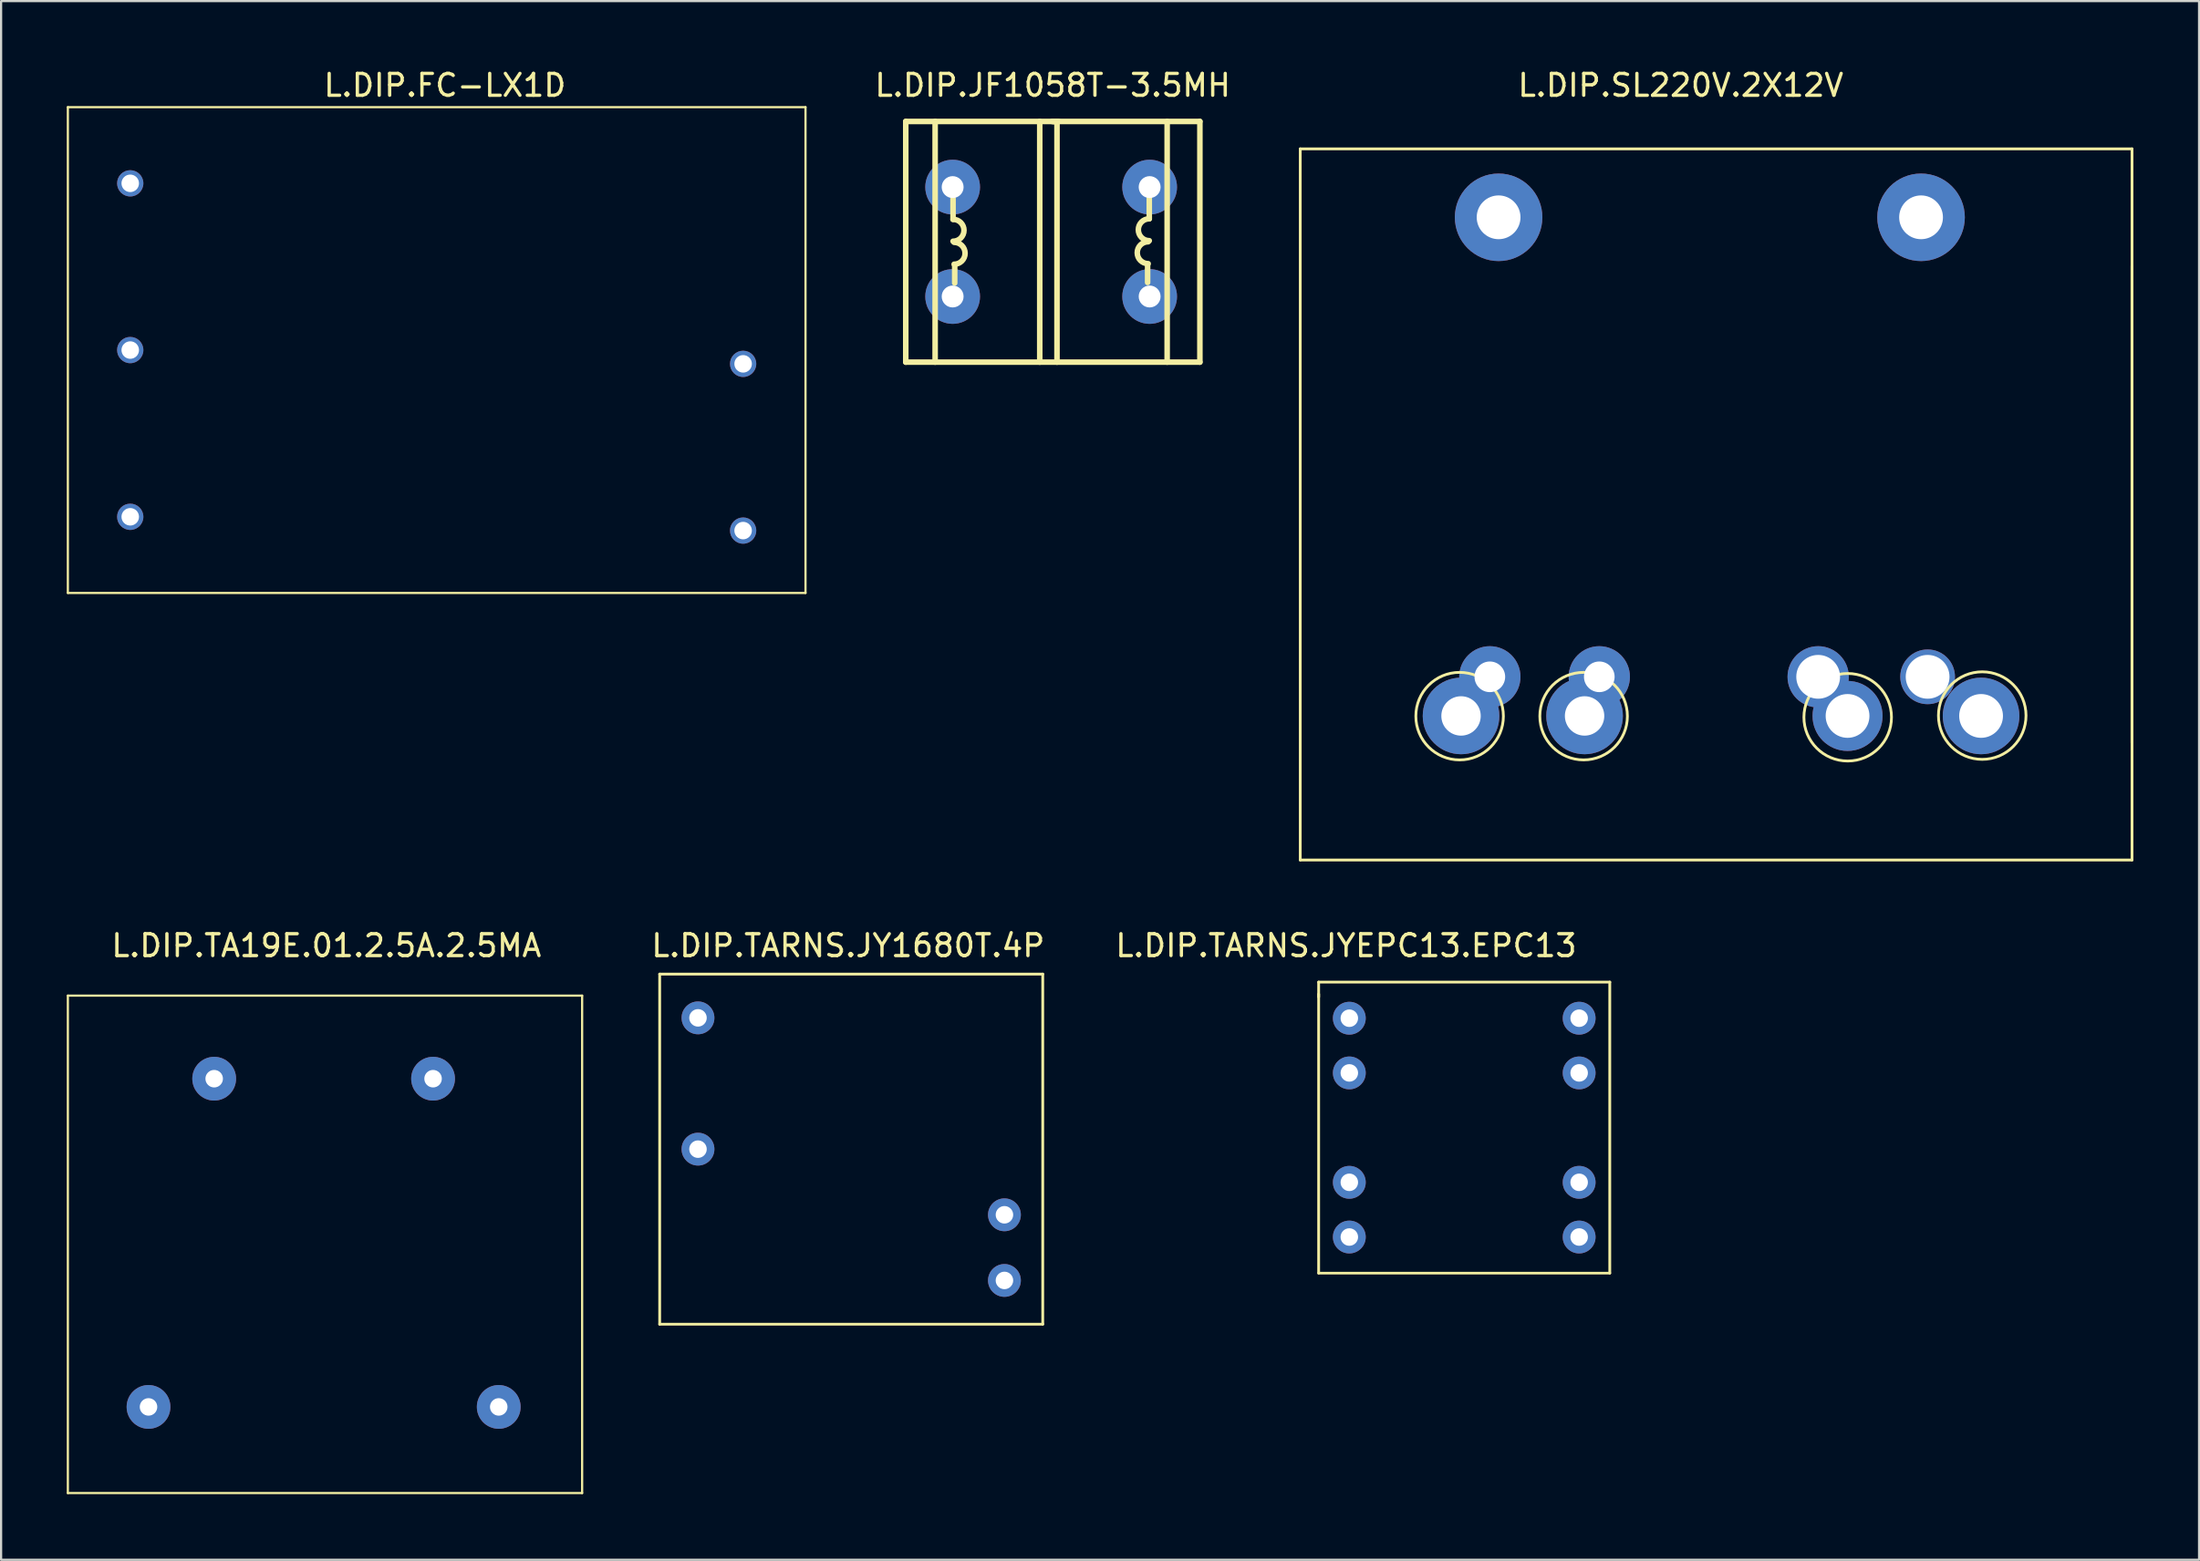
<source format=kicad_pcb>
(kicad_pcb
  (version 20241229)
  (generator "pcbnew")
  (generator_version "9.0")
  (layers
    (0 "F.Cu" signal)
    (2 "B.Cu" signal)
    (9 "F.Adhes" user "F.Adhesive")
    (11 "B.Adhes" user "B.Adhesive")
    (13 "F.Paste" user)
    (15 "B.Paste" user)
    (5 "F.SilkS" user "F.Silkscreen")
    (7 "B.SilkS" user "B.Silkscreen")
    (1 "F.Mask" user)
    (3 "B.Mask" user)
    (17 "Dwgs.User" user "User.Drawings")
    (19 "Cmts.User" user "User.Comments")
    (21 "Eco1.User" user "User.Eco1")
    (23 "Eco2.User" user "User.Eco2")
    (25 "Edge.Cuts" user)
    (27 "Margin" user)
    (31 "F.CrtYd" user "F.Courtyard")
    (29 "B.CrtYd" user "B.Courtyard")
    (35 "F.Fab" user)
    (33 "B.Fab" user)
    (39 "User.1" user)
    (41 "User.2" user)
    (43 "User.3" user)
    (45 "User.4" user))
  (footprint "L.DIP.TA19E.01.2.5A.2.5MA"
    (layer "F.Cu")
    (at 12.115 56.929)
    (property "Reference" "L.DIP.TA19E.01.2.5A.2.5MA" (at -0.254 -16.764 0) (layer "F.SilkS") (effects (font (size 1 1) (thickness 0.15))))
    (attr through_hole)
    (fp_line (start -12.065 -14.478) (end 11.43 -14.478) (stroke (width 0.1) (type solid)) (layer "F.SilkS"))
    (fp_line (start -12.065 8.255) (end -12.065 -14.478) (stroke (width 0.1) (type solid)) (layer "F.SilkS"))
    (fp_line (start -12.065 8.255) (end 11.43 8.255) (stroke (width 0.1) (type solid)) (layer "F.SilkS"))
    (fp_line (start 11.43 8.255) (end 11.43 -14.478) (stroke (width 0.1) (type solid)) (layer "F.SilkS"))
    (pad "2" thru_hole circle (at 4.62 -10.682 180) (size 2 2) (drill 0.8) (layers "*.Cu" "*.Mask"))
    (pad "4" thru_hole circle (at -5.38 -10.682 180) (size 2 2) (drill 0.8) (layers "*.Cu" "*.Mask"))
    (pad "6" thru_hole circle (at -8.38 4.318 180) (size 2 2) (drill 0.8) (layers "*.Cu" "*.Mask"))
    (pad "10" thru_hole circle (at 7.62 4.318 180) (size 2 2) (drill 0.8) (layers "*.Cu" "*.Mask")))
  (footprint "L.DIP.FC-LX1D"
    (layer "F.Cu")
    (at 16.9 12.948)
    (property "Reference" "L.DIP.FC-LX1D" (at 0.375 -12.1 0) (layer "F.SilkS") (effects (font (size 1 1) (thickness 0.15))))
    (attr through_hole)
    (fp_line (start -16.85 -11.1) (end 16.85 -11.1) (stroke (width 0.1) (type solid)) (layer "F.SilkS"))
    (fp_line (start -16.85 11.1) (end -16.85 -11.1) (stroke (width 0.1) (type solid)) (layer "F.SilkS"))
    (fp_line (start -16.85 11.1) (end 16.85 11.1) (stroke (width 0.1) (type solid)) (layer "F.SilkS"))
    (fp_line (start 16.85 11.1) (end 16.85 -11.1) (stroke (width 0.1) (type solid)) (layer "F.SilkS"))
    (pad "1" thru_hole circle (at -14 -7.62) (size 1.2 1.2) (drill 0.8) (layers "*.Cu" "*.Mask"))
    (pad "2" thru_hole circle (at -14 0) (size 1.2 1.2) (drill 0.8) (layers "*.Cu" "*.Mask"))
    (pad "3" thru_hole circle (at -14 7.62) (size 1.2 1.2) (drill 0.8) (layers "*.Cu" "*.Mask"))
    (pad "4" thru_hole circle (at 14 8.25) (size 1.2 1.2) (drill 0.8) (layers "*.Cu" "*.Mask"))
    (pad "5" thru_hole circle (at 14 0.63) (size 1.2 1.2) (drill 0.8) (layers "*.Cu" "*.Mask")))
  (footprint "L.DIP.SL220V.2X12V"
    (layer "F.Cu")
    (at 72.208 33.36)
    (property "Reference" "L.DIP.SL220V.2X12V" (at 1.524 -32.512 0) (layer "F.SilkS") (effects (font (size 1 1) (thickness 0.15))))
    (attr through_hole)
    (fp_line (start -15.856 -29.607) (end 22.144 -29.607) (stroke (width 0.127) (type solid)) (layer "F.SilkS"))
    (fp_line (start -15.856 2.893) (end -15.856 -29.607) (stroke (width 0.127) (type solid)) (layer "F.SilkS"))
    (fp_line (start -15.856 2.893) (end 22.144 2.893) (stroke (width 0.127) (type solid)) (layer "F.SilkS"))
    (fp_line (start 22.144 -2.457) (end 22.144 -24.257) (stroke (width 0.127) (type solid)) (layer "F.SilkS"))
    (fp_line (start 22.144 2.893) (end 22.144 -29.607) (stroke (width 0.127) (type solid)) (layer "F.SilkS"))
    (fp_circle (center -8.575 -3.682) (end -6.575 -3.682) (stroke (width 0.127) (type solid)) (fill no) (layer "F.SilkS"))
    (fp_circle (center -2.91 -3.682) (end -0.91 -3.682) (stroke (width 0.127) (type solid)) (fill no) (layer "F.SilkS"))
    (fp_circle (center 9.155 -3.631) (end 11.155 -3.631) (stroke (width 0.127) (type solid)) (fill no) (layer "F.SilkS"))
    (fp_circle (center 15.301 -3.707) (end 17.301 -3.707) (stroke (width 0.127) (type solid)) (fill no) (layer "F.SilkS"))
    (pad "1" thru_hole circle (at -6.794 -26.479 180) (size 4 4) (drill 2) (layers "*.Cu" "*.Mask"))
    (pad "2" thru_hole circle (at 12.506 -26.479 180) (size 4 4) (drill 2) (layers "*.Cu" "*.Mask"))
    (pad "3" thru_hole circle (at -8.51 -3.691 270) (size 3.5 3.5) (drill 1.8) (layers "*.Cu" "*.Mask"))
    (pad "3_1" thru_hole circle (at -7.194 -5.479 180) (size 2.8 2.8) (drill 1.4) (layers "*.Cu" "*.Mask"))
    (pad "4" thru_hole circle (at -2.866 -3.691 270) (size 3.5 3.5) (drill 1.8) (layers "*.Cu" "*.Mask"))
    (pad "4_1" thru_hole circle (at -2.194 -5.479 180) (size 2.8 2.8) (drill 1.4) (layers "*.Cu" "*.Mask"))
    (pad "5" thru_hole circle (at 7.806 -5.479 180) (size 2.8 2.8) (drill 2) (layers "*.Cu" "*.Mask"))
    (pad "5_1" thru_hole circle (at 9.148 -3.691 270) (size 3.2 3.2) (drill 2) (layers "*.Cu" "*.Mask"))
    (pad "6" thru_hole circle (at 15.248 -3.691 270) (size 3.5 3.5) (drill 2) (layers "*.Cu" "*.Mask"))
    (pad "6_1" thru_hole circle (at 12.806 -5.479 180) (size 2.5 2.5) (drill 2) (layers "*.Cu" "*.Mask")))
  (footprint "L.DIP.TARNS.JYEPC13.EPC13"
    (layer "F.Cu")
    (at 63.78 48.864)
    (property "Reference" "L.DIP.TARNS.JYEPC13.EPC13" (at -5.334 -8.7 0) (layer "F.SilkS") (effects (font (size 1 1) (thickness 0.15))))
    (attr through_hole)
    (fp_line (start -6.587 -7.031) (end 6.713 -7.031) (stroke (width 0.127) (type solid)) (layer "F.SilkS"))
    (fp_line (start -6.587 -6.356) (end -6.587 -6.481) (stroke (width 0.127) (type solid)) (layer "F.SilkS"))
    (fp_line (start -6.587 6.269) (end -6.587 -7.031) (stroke (width 0.127) (type solid)) (layer "F.SilkS"))
    (fp_line (start 6.713 6.269) (end -6.587 6.269) (stroke (width 0.12) (type solid)) (layer "F.SilkS"))
    (fp_line (start 6.713 6.269) (end 6.713 -7.031) (stroke (width 0.127) (type solid)) (layer "F.SilkS"))
    (pad "1" thru_hole circle (at -5.186 -5.381) (size 1.5 1.5) (drill 0.8) (layers "*.Cu" "*.Mask"))
    (pad "2" thru_hole circle (at -5.186 -2.881) (size 1.5 1.5) (drill 0.8) (layers "*.Cu" "*.Mask"))
    (pad "4" thru_hole circle (at -5.186 2.119) (size 1.5 1.5) (drill 0.8) (layers "*.Cu" "*.Mask"))
    (pad "5" thru_hole circle (at -5.186 4.619) (size 1.5 1.5) (drill 0.8) (layers "*.Cu" "*.Mask"))
    (pad "6" thru_hole circle (at 5.314 4.619) (size 1.5 1.5) (drill 0.8) (layers "*.Cu" "*.Mask"))
    (pad "7" thru_hole circle (at 5.314 2.119) (size 1.5 1.5) (drill 0.8) (layers "*.Cu" "*.Mask"))
    (pad "9" thru_hole circle (at 5.314 -2.881) (size 1.5 1.5) (drill 0.8) (layers "*.Cu" "*.Mask"))
    (pad "10" thru_hole circle (at 5.314 -5.381) (size 1.5 1.5) (drill 0.8) (layers "*.Cu" "*.Mask")))
  (footprint "L.DIP.TARNS.JY1680T.4P"
    (layer "F.Cu")
    (at 35.696 52.865)
    (property "Reference" "L.DIP.TARNS.JY1680T.4P" (at 0 -12.7 0) (layer "F.SilkS") (effects (font (size 1 1) (thickness 0.15))))
    (attr through_hole)
    (fp_line (start -8.608 -11.398) (end 8.892 -11.398) (stroke (width 0.127) (type solid)) (layer "F.SilkS"))
    (fp_line (start -8.608 4.602) (end -8.608 -11.398) (stroke (width 0.127) (type solid)) (layer "F.SilkS"))
    (fp_line (start -8.608 4.602) (end 8.892 4.602) (stroke (width 0.127) (type solid)) (layer "F.SilkS"))
    (fp_line (start 8.892 4.602) (end 8.892 -11.398) (stroke (width 0.127) (type solid)) (layer "F.SilkS"))
    (pad "1" thru_hole circle (at -6.858 -9.398) (size 1.5 1.5) (drill 0.8) (layers "*.Cu" "*.Mask"))
    (pad "3" thru_hole circle (at -6.858 -3.398) (size 1.5 1.5) (drill 0.8) (layers "*.Cu" "*.Mask"))
    (pad "6" thru_hole circle (at 7.142 2.602) (size 1.5 1.5) (drill 0.8) (layers "*.Cu" "*.Mask"))
    (pad "7" thru_hole circle (at 7.142 -0.398) (size 1.5 1.5) (drill 0.8) (layers "*.Cu" "*.Mask")))
  (footprint "L.DIP.JF1058T-3.5MH"
    (layer "F.Cu")
    (at 44.536 9.738)
    (property "Reference" "L.DIP.JF1058T-3.5MH" (at 0.508 -8.89 0) (layer "F.SilkS") (effects (font (size 1 1) (thickness 0.15))))
    (attr through_hole)
    (fp_line (start -6.206 -7.238) (end 7.231 -7.238) (stroke (width 0.254) (type solid)) (layer "F.SilkS"))
    (fp_line (start -6.206 3.762) (end -6.206 -7.238) (stroke (width 0.254) (type solid)) (layer "F.SilkS"))
    (fp_line (start -6.206 3.762) (end 7.231 3.762) (stroke (width 0.254) (type solid)) (layer "F.SilkS"))
    (fp_line (start -4.864 3.762) (end -4.864 -7.238) (stroke (width 0.254) (type solid)) (layer "F.SilkS"))
    (fp_line (start -4.046 -2.763) (end -4.046 -3.713) (stroke (width 0.254) (type solid)) (layer "F.SilkS"))
    (fp_line (start -3.97 0.147) (end -3.97 -0.653) (stroke (width 0.254) (type solid)) (layer "F.SilkS"))
    (fp_line (start -0.085 3.762) (end -0.085 -7.238) (stroke (width 0.254) (type solid)) (layer "F.SilkS"))
    (fp_line (start 0.474 -7.238) (end 0.779 -7.238) (stroke (width 0.254) (type solid)) (layer "F.SilkS"))
    (fp_line (start 0.525 -7.238) (end 0.703 -7.238) (stroke (width 0.254) (type solid)) (layer "F.SilkS"))
    (fp_line (start 0.703 3.762) (end 0.703 -7.238) (stroke (width 0.254) (type solid)) (layer "F.SilkS"))
    (fp_line (start 4.843 0.121) (end 4.843 -0.679) (stroke (width 0.254) (type solid)) (layer "F.SilkS"))
    (fp_line (start 4.919 -2.789) (end 4.919 -3.739) (stroke (width 0.254) (type solid)) (layer "F.SilkS"))
    (fp_line (start 5.736 3.762) (end 5.736 -7.238) (stroke (width 0.254) (type solid)) (layer "F.SilkS"))
    (fp_line (start 7.231 3.762) (end 7.231 -7.238) (stroke (width 0.254) (type solid)) (layer "F.SilkS"))
    (fp_arc (start -4.04584 -2.76342) (mid -3.54584 -2.26342) (end -4.04584 -1.76342) (stroke (width 0.254) (type solid)) (layer "F.SilkS"))
    (fp_arc (start -3.99583 -1.71343) (mid -3.49583 -1.21343) (end -3.99583 -0.71343) (stroke (width 0.254) (type solid)) (layer "F.SilkS"))
    (fp_arc (start 4.86882 -0.73883) (mid 4.36882 -1.23883) (end 4.86882 -1.73883) (stroke (width 0.254) (type solid)) (layer "F.SilkS"))
    (fp_arc (start 4.91884 -1.78882) (mid 4.41884 -2.28882) (end 4.91884 -2.78882) (stroke (width 0.254) (type solid)) (layer "F.SilkS"))
    (pad "1" thru_hole circle (at -4.064 -4.238 270) (size 2.5 2.5) (drill 1) (layers "*.Cu" "*.Mask"))
    (pad "2" thru_hole circle (at 4.936 -4.238 270) (size 2.5 2.5) (drill 1) (layers "*.Cu" "*.Mask"))
    (pad "3" thru_hole circle (at 4.936 0.762 270) (size 2.5 2.5) (drill 1) (layers "*.Cu" "*.Mask"))
    (pad "4" thru_hole circle (at -4.064 0.762 270) (size 2.5 2.5) (drill 1) (layers "*.Cu" "*.Mask")))
  (gr_rect
    (start -3 -3)
    (end 97.415 68.234)
    (stroke (width 0.1) (type default))
    (fill no)
    (layer "Edge.Cuts")))
</source>
